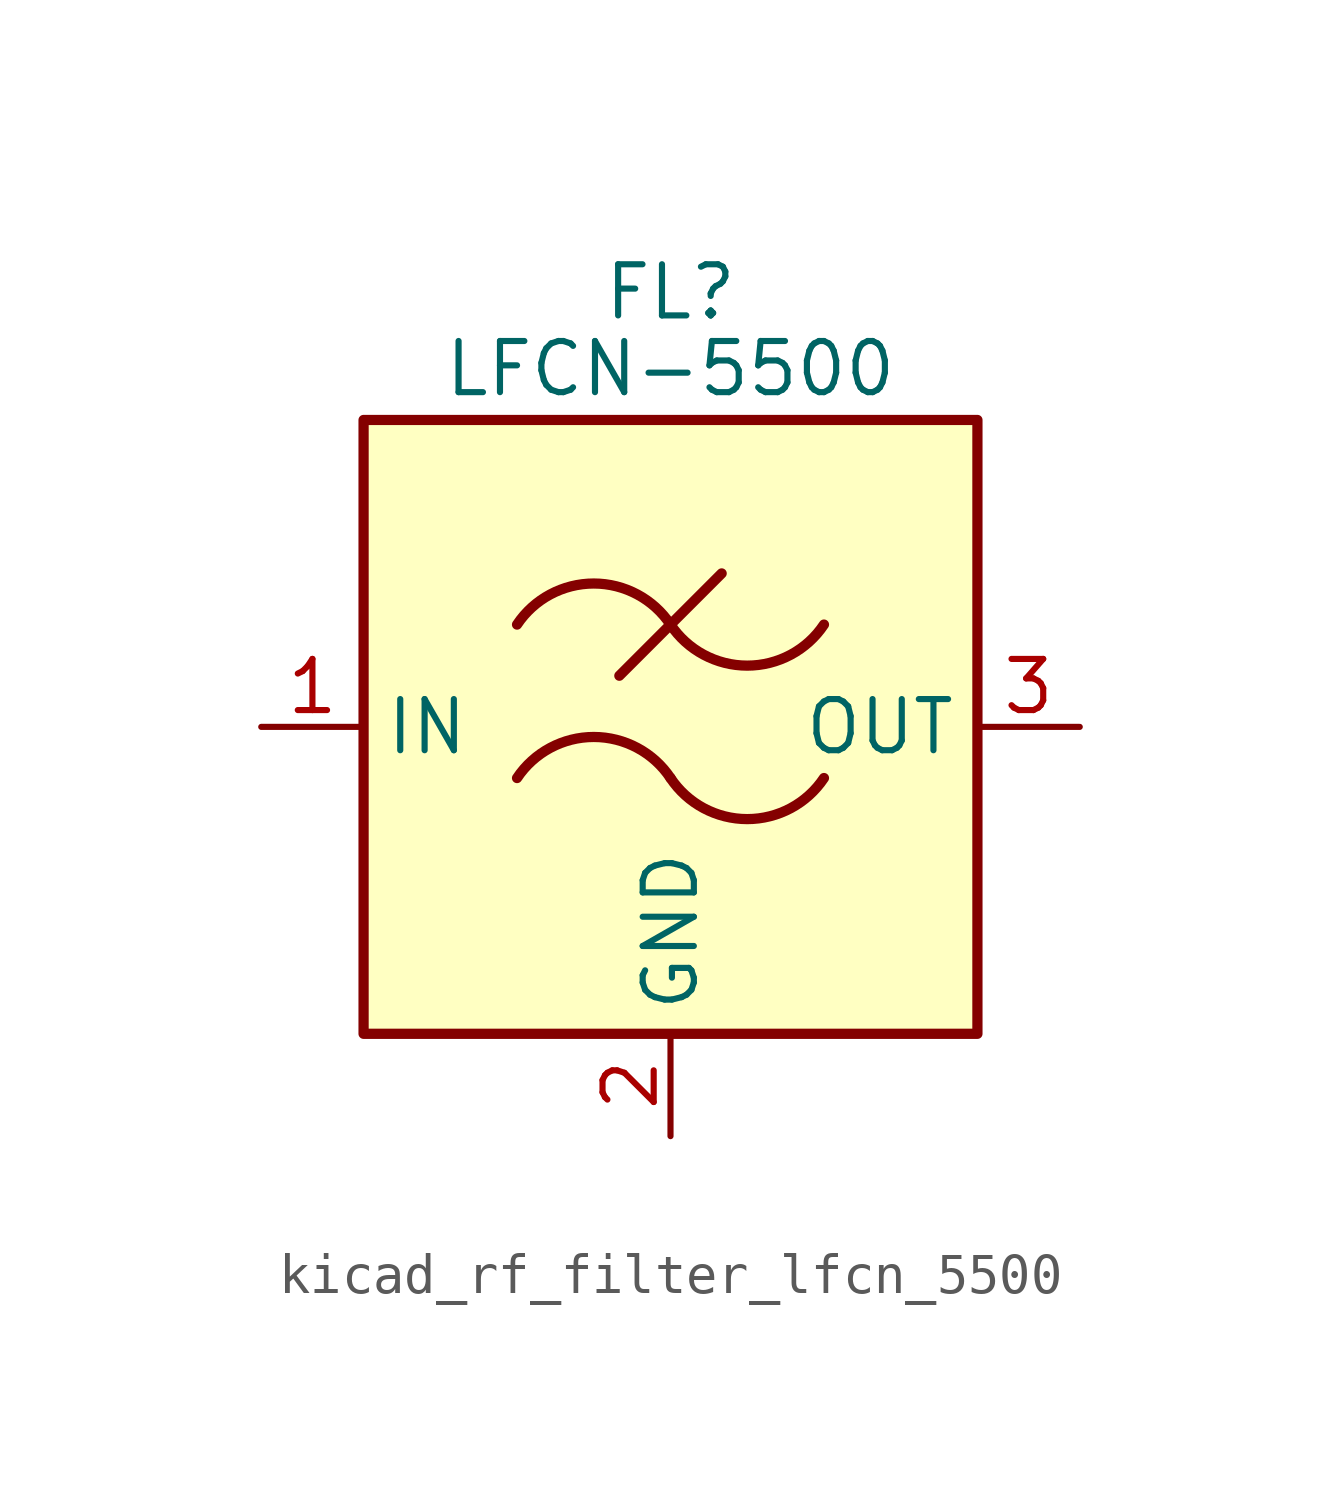
<source format=kicad_sym>
(kicad_symbol_lib
  (version 20220914)
  (generator kicad_symbol_editor)
  (symbol "kicad_rf_filter_lfcn_5500"
    (property "Reference" "FL"
      (at 0 10.795 0)
      (effects (font (size 1.27 1.27))))
    (property "Value" "LFCN-5500"
      (at 0 8.89 0)
      (effects (font (size 1.27 1.27))))
    (symbol "kicad_rf_filter_lfcn_5500_0_1"
      (rectangle (start -7.62 7.62) (end 7.62 -7.62) (stroke (width 0.254) (type default)) (fill (type background)))
      (arc (start 0 -1.27) (mid -1.905 -0.2505) (end -3.81 -1.27) (stroke (width 0.254) (type default)) (fill (type none)))
      (arc (start 0 -1.27) (mid 1.905 -2.2895) (end 3.81 -1.27) (stroke (width 0.254) (type default)) (fill (type none)))
      (polyline (pts (xy -1.27 1.27) (xy 1.27 3.81)) (stroke (width 0.254) (type default)) (fill (type none)))
      (arc (start 0 2.54) (mid -1.905 3.5595) (end -3.81 2.54) (stroke (width 0.254) (type default)) (fill (type none)))
      (arc (start 0 2.54) (mid 1.905 1.5205) (end 3.81 2.54) (stroke (width 0.254) (type default)) (fill (type none))))
    (symbol "kicad_rf_filter_lfcn_5500_1_1"
      (pin passive line (at -10.16 0 0) (length 2.54) (name "IN" (effects (font (size 1.27 1.27)))) (number "1" (effects (font (size 1.27 1.27)))))
      (pin passive line (at 0 -10.16 90) (length 2.54) (name "GND" (effects (font (size 1.27 1.27)))) (number "2" (effects (font (size 1.27 1.27)))))
      (pin passive line (at 10.16 0 180) (length 2.54) (name "OUT" (effects (font (size 1.27 1.27)))) (number "3" (effects (font (size 1.27 1.27)))))
      (pin passive line (at 0 -10.16 90) (length 2.54) hide (name "GND" (effects (font (size 1.27 1.27)))) (number "4" (effects (font (size 1.27 1.27))))))))
</source>
